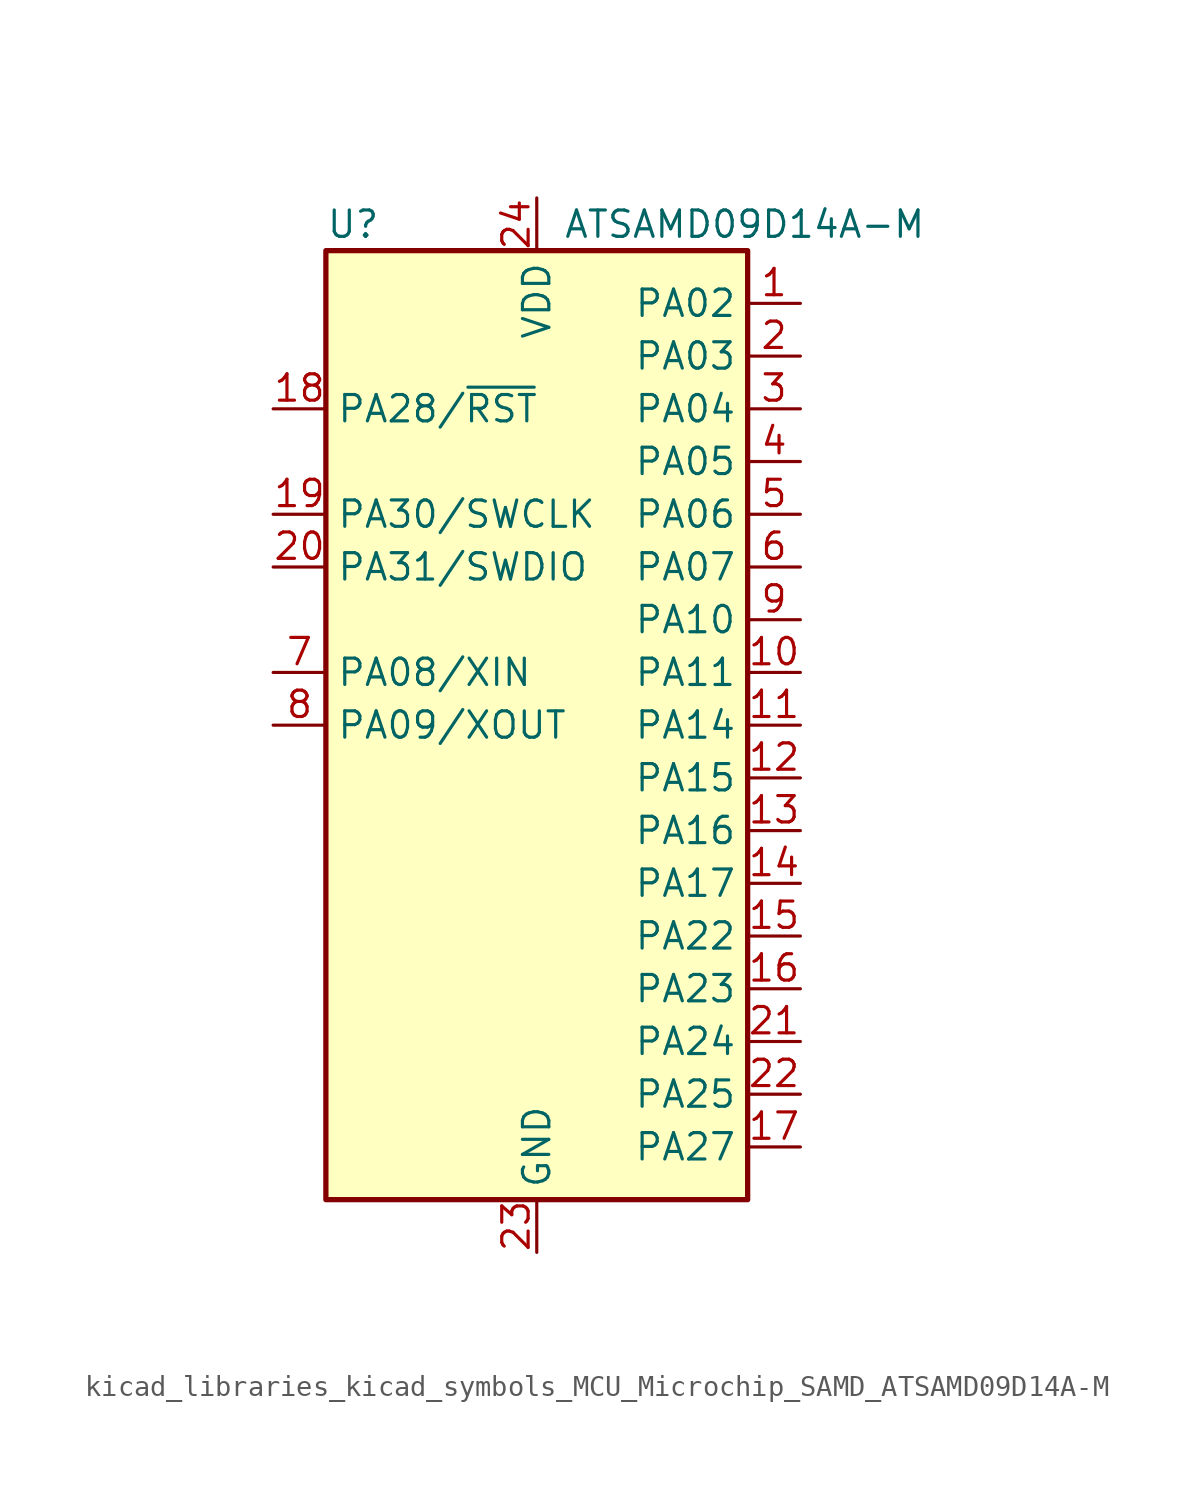
<source format=kicad_sym>
(kicad_symbol_lib
  (version 20220914)
  (generator kicad_symbol_editor)
  (symbol "kicad_libraries_kicad_symbols_MCU_Microchip_SAMD_ATSAMD09D14A-M"
    (property "Reference" "U"
      (at -10.16 24.13 0)
      (effects (font (size 1.27 1.27)) (justify left)))
    (property "Value" "ATSAMD09D14A-M"
      (at 1.27 24.13 0)
      (effects (font (size 1.27 1.27)) (justify left)))
    (symbol "kicad_libraries_kicad_symbols_MCU_Microchip_SAMD_ATSAMD09D14A-M_0_1"
      (rectangle (start -10.16 22.86) (end 10.16 -22.86) (stroke (width 0.254) (type default)) (fill (type background))))
    (symbol "kicad_libraries_kicad_symbols_MCU_Microchip_SAMD_ATSAMD09D14A-M_1_1"
      (pin bidirectional line (at 12.7 20.32 180) (length 2.54) (name "PA02" (effects (font (size 1.27 1.27)))) (number "1" (effects (font (size 1.27 1.27)))))
      (pin bidirectional line (at 12.7 2.54 180) (length 2.54) (name "PA11" (effects (font (size 1.27 1.27)))) (number "10" (effects (font (size 1.27 1.27)))))
      (pin bidirectional line (at 12.7 0 180) (length 2.54) (name "PA14" (effects (font (size 1.27 1.27)))) (number "11" (effects (font (size 1.27 1.27)))))
      (pin bidirectional line (at 12.7 -2.54 180) (length 2.54) (name "PA15" (effects (font (size 1.27 1.27)))) (number "12" (effects (font (size 1.27 1.27)))))
      (pin bidirectional line (at 12.7 -5.08 180) (length 2.54) (name "PA16" (effects (font (size 1.27 1.27)))) (number "13" (effects (font (size 1.27 1.27)))))
      (pin bidirectional line (at 12.7 -7.62 180) (length 2.54) (name "PA17" (effects (font (size 1.27 1.27)))) (number "14" (effects (font (size 1.27 1.27)))))
      (pin bidirectional line (at 12.7 -10.16 180) (length 2.54) (name "PA22" (effects (font (size 1.27 1.27)))) (number "15" (effects (font (size 1.27 1.27)))))
      (pin bidirectional line (at 12.7 -12.7 180) (length 2.54) (name "PA23" (effects (font (size 1.27 1.27)))) (number "16" (effects (font (size 1.27 1.27)))))
      (pin bidirectional line (at 12.7 -20.32 180) (length 2.54) (name "PA27" (effects (font (size 1.27 1.27)))) (number "17" (effects (font (size 1.27 1.27)))))
      (pin bidirectional line (at -12.7 15.24 0) (length 2.54) (name "PA28/~{RST}" (effects (font (size 1.27 1.27)))) (number "18" (effects (font (size 1.27 1.27)))))
      (pin bidirectional line (at -12.7 10.16 0) (length 2.54) (name "PA30/SWCLK" (effects (font (size 1.27 1.27)))) (number "19" (effects (font (size 1.27 1.27)))))
      (pin bidirectional line (at 12.7 17.78 180) (length 2.54) (name "PA03" (effects (font (size 1.27 1.27)))) (number "2" (effects (font (size 1.27 1.27)))))
      (pin bidirectional line (at -12.7 7.62 0) (length 2.54) (name "PA31/SWDIO" (effects (font (size 1.27 1.27)))) (number "20" (effects (font (size 1.27 1.27)))))
      (pin bidirectional line (at 12.7 -15.24 180) (length 2.54) (name "PA24" (effects (font (size 1.27 1.27)))) (number "21" (effects (font (size 1.27 1.27)))))
      (pin bidirectional line (at 12.7 -17.78 180) (length 2.54) (name "PA25" (effects (font (size 1.27 1.27)))) (number "22" (effects (font (size 1.27 1.27)))))
      (pin power_in line (at 0 -25.4 90) (length 2.54) (name "GND" (effects (font (size 1.27 1.27)))) (number "23" (effects (font (size 1.27 1.27)))))
      (pin power_in line (at 0 25.4 270) (length 2.54) (name "VDD" (effects (font (size 1.27 1.27)))) (number "24" (effects (font (size 1.27 1.27)))))
      (pin bidirectional line (at 12.7 15.24 180) (length 2.54) (name "PA04" (effects (font (size 1.27 1.27)))) (number "3" (effects (font (size 1.27 1.27)))))
      (pin bidirectional line (at 12.7 12.7 180) (length 2.54) (name "PA05" (effects (font (size 1.27 1.27)))) (number "4" (effects (font (size 1.27 1.27)))))
      (pin bidirectional line (at 12.7 10.16 180) (length 2.54) (name "PA06" (effects (font (size 1.27 1.27)))) (number "5" (effects (font (size 1.27 1.27)))))
      (pin bidirectional line (at 12.7 7.62 180) (length 2.54) (name "PA07" (effects (font (size 1.27 1.27)))) (number "6" (effects (font (size 1.27 1.27)))))
      (pin bidirectional line (at -12.7 2.54 0) (length 2.54) (name "PA08/XIN" (effects (font (size 1.27 1.27)))) (number "7" (effects (font (size 1.27 1.27)))))
      (pin bidirectional line (at -12.7 0 0) (length 2.54) (name "PA09/XOUT" (effects (font (size 1.27 1.27)))) (number "8" (effects (font (size 1.27 1.27)))))
      (pin bidirectional line (at 12.7 5.08 180) (length 2.54) (name "PA10" (effects (font (size 1.27 1.27)))) (number "9" (effects (font (size 1.27 1.27))))))))
</source>
